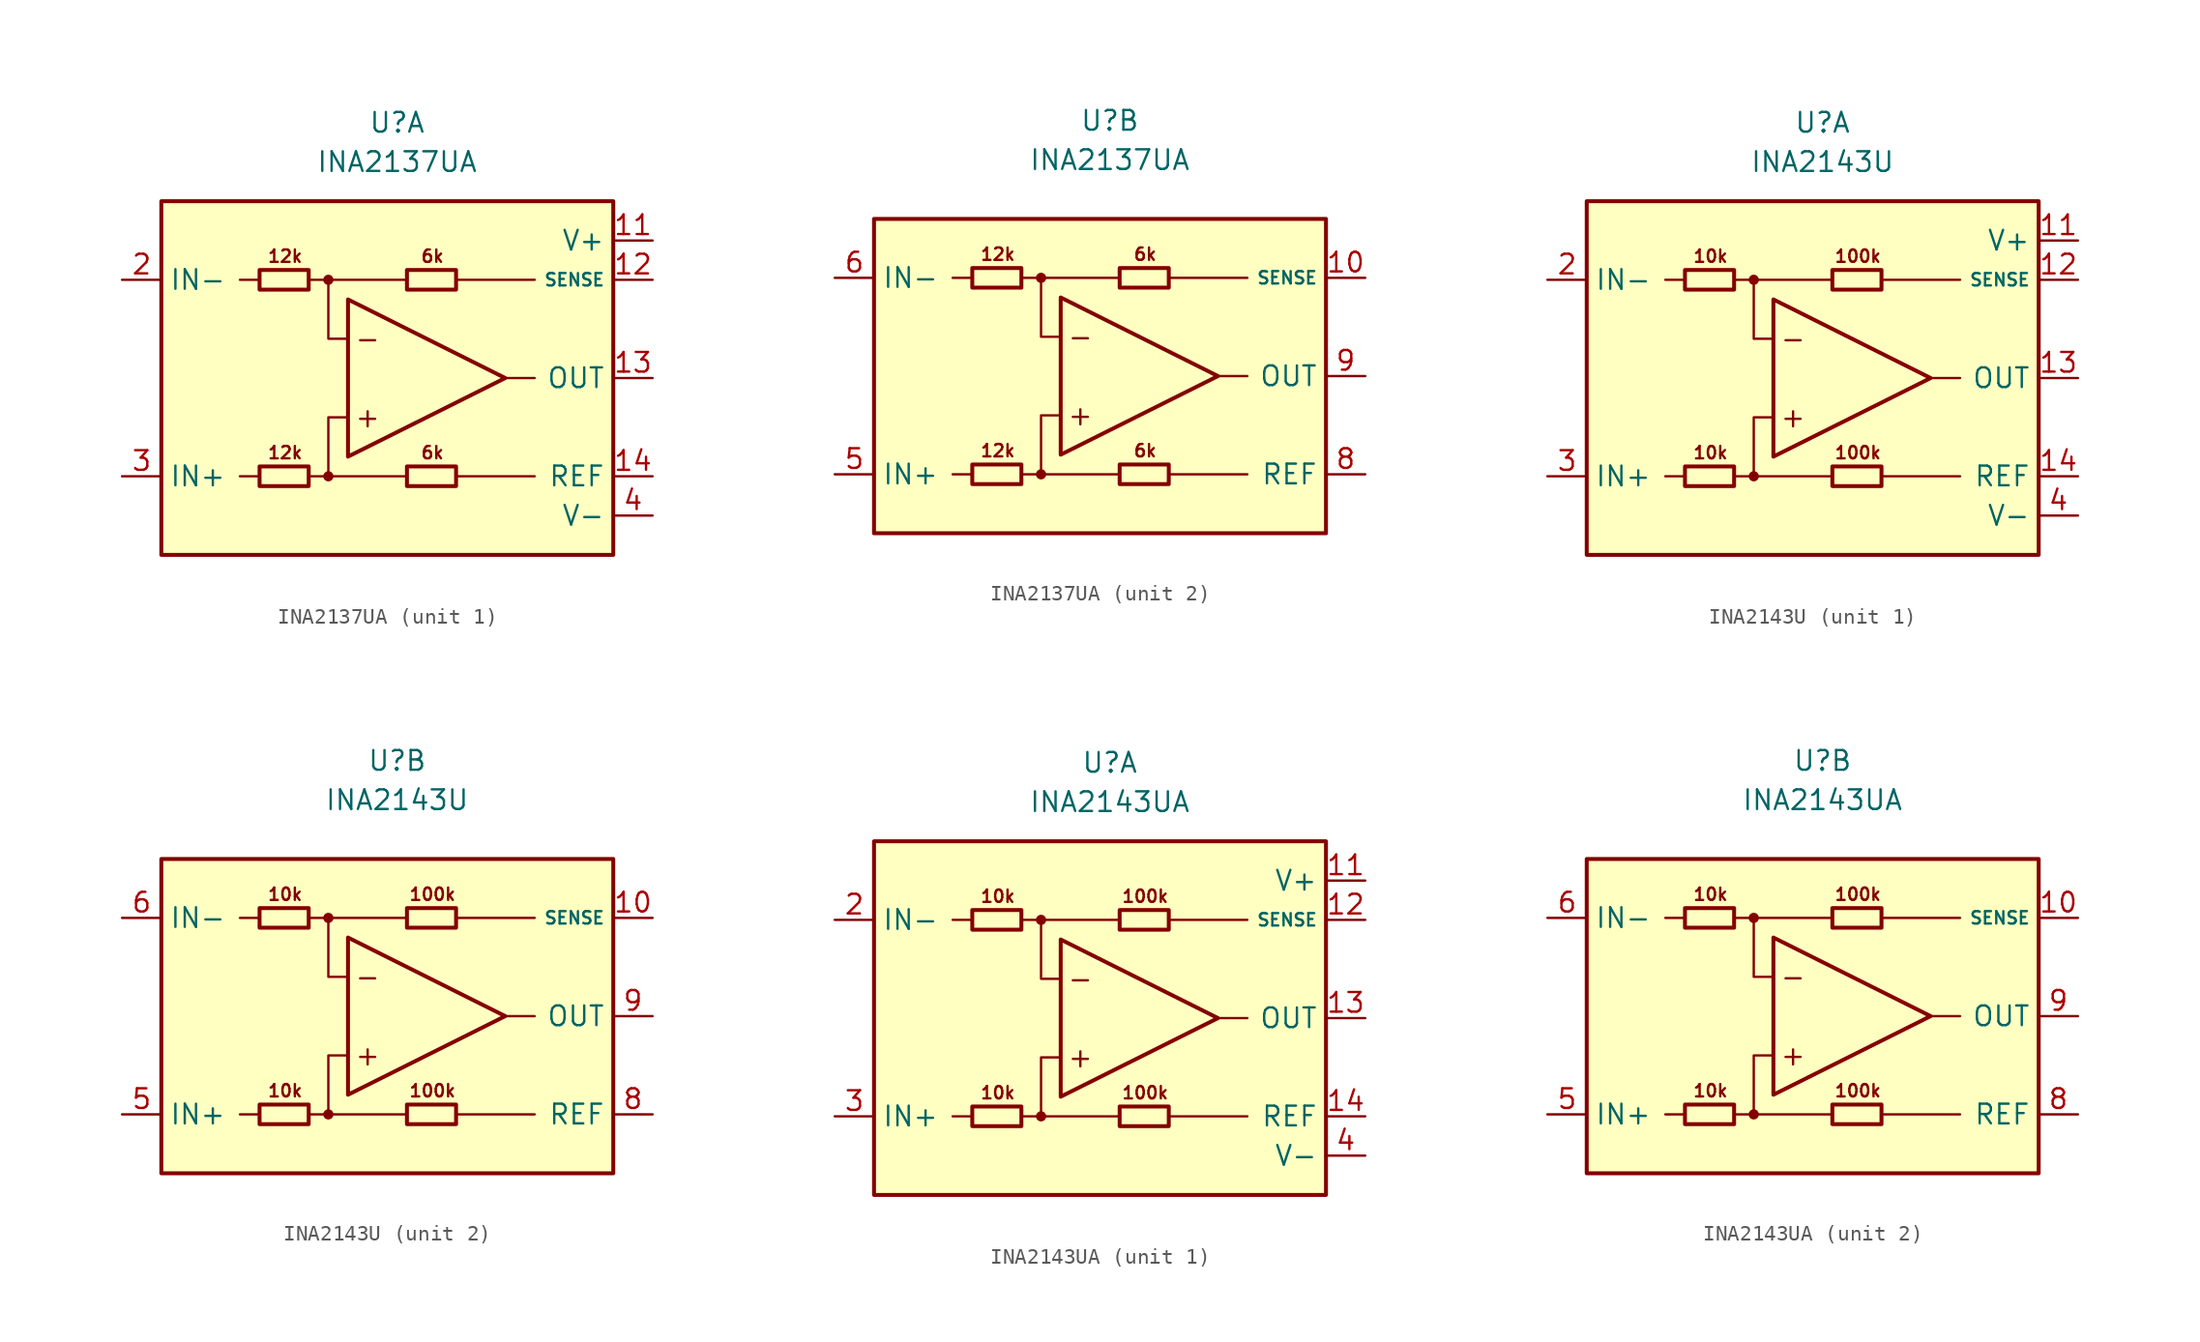
<source format=kicad_sym>
(kicad_symbol_lib
  (version 20211014)
  (generator kicad_symbol_editor)
  (symbol "INA2137UA"
    (property "Reference" "U"
      (at 0 16.51 0)
      (effects (font (size 1.27 1.27))))
    (property "Value" "INA2137UA"
      (at 0 13.97 0)
      (effects (font (size 1.27 1.27))))
    (property "ki_locked" ""
      (at 0 0 0)
      (effects (font (size 1.27 1.27))))
    (symbol "INA2137UA_0_0"
      (circle (center -4.445 -6.35) (radius 0.254) (stroke (width 0.152) (type default) (color 0 0 0 0)) (fill (type outline)))
      (circle (center -4.445 6.35) (radius 0.254) (stroke (width 0.152) (type default) (color 0 0 0 0)) (fill (type outline)))
      (polyline (pts (xy -8.89 -6.35) (xy -10.16 -6.35)) (stroke (width 0.152) (type default) (color 0 0 0 0)) (fill (type none)))
      (polyline (pts (xy -8.89 6.35) (xy -10.16 6.35)) (stroke (width 0.152) (type default) (color 0 0 0 0)) (fill (type none)))
      (polyline (pts (xy -4.445 6.35) (xy 0.635 6.35)) (stroke (width 0.152) (type default) (color 0 0 0 0)) (fill (type none)))
      (polyline (pts (xy 0.635 -6.35) (xy -4.445 -6.35)) (stroke (width 0.152) (type default) (color 0 0 0 0)) (fill (type none)))
      (polyline (pts (xy 3.81 -6.35) (xy 8.89 -6.35)) (stroke (width 0.152) (type default) (color 0 0 0 0)) (fill (type none)))
      (polyline (pts (xy 3.81 6.35) (xy 8.89 6.35)) (stroke (width 0.152) (type default) (color 0 0 0 0)) (fill (type none)))
      (polyline (pts (xy 8.89 0) (xy 6.985 0)) (stroke (width 0.152) (type default) (color 0 0 0 0)) (fill (type none)))
      (polyline (pts (xy -5.715 -6.35) (xy -4.445 -6.35) (xy -4.445 -2.54) (xy -3.175 -2.54)) (stroke (width 0.152) (type default) (color 0 0 0 0)) (fill (type none)))
      (polyline (pts (xy -3.175 2.54) (xy -4.445 2.54) (xy -4.445 6.35) (xy -5.715 6.35)) (stroke (width 0.152) (type default) (color 0 0 0 0)) (fill (type none)))
      (text "+" (at -1.905 -2.54 0) (effects (font (size 1.27 1.27))))
      (text "-" (at -1.905 2.54 0) (effects (font (size 1.27 1.27))))
      (text "12k" (at -7.239 -4.826 0) (effects (font (size 0.8 0.8))))
      (text "12k" (at -7.239 7.874 0) (effects (font (size 0.8 0.8))))
      (text "6k" (at 2.286 -4.826 0) (effects (font (size 0.8 0.8))))
      (text "6k" (at 2.286 7.874 0) (effects (font (size 0.8 0.8)))))
    (symbol "INA2137UA_0_1"
      (rectangle (start -8.89 -5.715) (end -5.715 -6.985) (stroke (width 0.254) (type default) (color 0 0 0 0)) (fill (type none)))
      (rectangle (start -8.89 6.985) (end -5.715 5.715) (stroke (width 0.254) (type default) (color 0 0 0 0)) (fill (type none)))
      (polyline (pts (xy -3.175 5.08) (xy -3.175 -5.08) (xy 6.985 0) (xy -3.175 5.08)) (stroke (width 0.254) (type default) (color 0 0 0 0)) (fill (type none)))
      (rectangle (start 0.635 -5.715) (end 3.81 -6.985) (stroke (width 0.254) (type default) (color 0 0 0 0)) (fill (type none)))
      (rectangle (start 0.635 6.985) (end 3.81 5.715) (stroke (width 0.254) (type default) (color 0 0 0 0)) (fill (type none))))
    (symbol "INA2137UA_1_0"
      (rectangle (start -15.24 11.43) (end 13.97 -11.43) (stroke (width 0.254) (type default) (color 0 0 0 0)) (fill (type background))))
    (symbol "INA2137UA_1_1"
      (pin no_connect line (at -10.16 1.27 0) (length 2.54) hide (name "NC" (effects (font (size 1.27 1.27)))) (number "1" (effects (font (size 1.27 1.27)))))
      (pin power_in line (at 16.51 8.89 180) (length 2.54) (name "V+" (effects (font (size 1.27 1.27)))) (number "11" (effects (font (size 1.27 1.27)))))
      (pin input line (at 16.51 6.35 180) (length 2.54) (name "SENSE" (effects (font (size 0.8 0.8)))) (number "12" (effects (font (size 1.27 1.27)))))
      (pin output line (at 16.51 0 180) (length 2.54) (name "OUT" (effects (font (size 1.27 1.27)))) (number "13" (effects (font (size 1.27 1.27)))))
      (pin input line (at 16.51 -6.35 180) (length 2.54) (name "REF" (effects (font (size 1.27 1.27)))) (number "14" (effects (font (size 1.27 1.27)))))
      (pin input line (at -17.78 6.35 0) (length 2.54) (name "IN-" (effects (font (size 1.27 1.27)))) (number "2" (effects (font (size 1.27 1.27)))))
      (pin input line (at -17.78 -6.35 0) (length 2.54) (name "IN+" (effects (font (size 1.27 1.27)))) (number "3" (effects (font (size 1.27 1.27)))))
      (pin power_in line (at 16.51 -8.89 180) (length 2.54) (name "V-" (effects (font (size 1.27 1.27)))) (number "4" (effects (font (size 1.27 1.27)))))
      (pin no_connect line (at -10.16 -1.27 0) (length 2.54) hide (name "NC" (effects (font (size 1.27 1.27)))) (number "7" (effects (font (size 1.27 1.27))))))
    (symbol "INA2137UA_2_0"
      (rectangle (start -15.24 10.16) (end 13.97 -10.16) (stroke (width 0.254) (type default) (color 0 0 0 0)) (fill (type background))))
    (symbol "INA2137UA_2_1"
      (pin input line (at 16.51 6.35 180) (length 2.54) (name "SENSE" (effects (font (size 0.8 0.8)))) (number "10" (effects (font (size 1.27 1.27)))))
      (pin input line (at -17.78 -6.35 0) (length 2.54) (name "IN+" (effects (font (size 1.27 1.27)))) (number "5" (effects (font (size 1.27 1.27)))))
      (pin input line (at -17.78 6.35 0) (length 2.54) (name "IN-" (effects (font (size 1.27 1.27)))) (number "6" (effects (font (size 1.27 1.27)))))
      (pin input line (at 16.51 -6.35 180) (length 2.54) (name "REF" (effects (font (size 1.27 1.27)))) (number "8" (effects (font (size 1.27 1.27)))))
      (pin output line (at 16.51 0 180) (length 2.54) (name "OUT" (effects (font (size 1.27 1.27)))) (number "9" (effects (font (size 1.27 1.27)))))))
  (symbol "INA2143U"
    (property "Reference" "U"
      (at 0 16.51 0)
      (effects (font (size 1.27 1.27))))
    (property "Value" "INA2143U"
      (at 0 13.97 0)
      (effects (font (size 1.27 1.27))))
    (property "ki_locked" ""
      (at 0 0 0)
      (effects (font (size 1.27 1.27))))
    (symbol "INA2143U_0_0"
      (circle (center -4.445 -6.35) (radius 0.254) (stroke (width 0.152) (type default) (color 0 0 0 0)) (fill (type outline)))
      (circle (center -4.445 6.35) (radius 0.254) (stroke (width 0.152) (type default) (color 0 0 0 0)) (fill (type outline)))
      (polyline (pts (xy -8.89 -6.35) (xy -10.16 -6.35)) (stroke (width 0.152) (type default) (color 0 0 0 0)) (fill (type none)))
      (polyline (pts (xy -8.89 6.35) (xy -10.16 6.35)) (stroke (width 0.152) (type default) (color 0 0 0 0)) (fill (type none)))
      (polyline (pts (xy -4.445 6.35) (xy 0.635 6.35)) (stroke (width 0.152) (type default) (color 0 0 0 0)) (fill (type none)))
      (polyline (pts (xy 0.635 -6.35) (xy -4.445 -6.35)) (stroke (width 0.152) (type default) (color 0 0 0 0)) (fill (type none)))
      (polyline (pts (xy 3.81 -6.35) (xy 8.89 -6.35)) (stroke (width 0.152) (type default) (color 0 0 0 0)) (fill (type none)))
      (polyline (pts (xy 3.81 6.35) (xy 8.89 6.35)) (stroke (width 0.152) (type default) (color 0 0 0 0)) (fill (type none)))
      (polyline (pts (xy 8.89 0) (xy 6.985 0)) (stroke (width 0.152) (type default) (color 0 0 0 0)) (fill (type none)))
      (polyline (pts (xy -5.715 -6.35) (xy -4.445 -6.35) (xy -4.445 -2.54) (xy -3.175 -2.54)) (stroke (width 0.152) (type default) (color 0 0 0 0)) (fill (type none)))
      (polyline (pts (xy -3.175 2.54) (xy -4.445 2.54) (xy -4.445 6.35) (xy -5.715 6.35)) (stroke (width 0.152) (type default) (color 0 0 0 0)) (fill (type none)))
      (text "+" (at -1.905 -2.54 0) (effects (font (size 1.27 1.27))))
      (text "-" (at -1.905 2.54 0) (effects (font (size 1.27 1.27))))
      (text "100k" (at 2.286 -4.826 0) (effects (font (size 0.8 0.8))))
      (text "100k" (at 2.286 7.874 0) (effects (font (size 0.8 0.8))))
      (text "10k" (at -7.239 -4.826 0) (effects (font (size 0.8 0.8))))
      (text "10k" (at -7.239 7.874 0) (effects (font (size 0.8 0.8)))))
    (symbol "INA2143U_0_1"
      (rectangle (start -8.89 -5.715) (end -5.715 -6.985) (stroke (width 0.254) (type default) (color 0 0 0 0)) (fill (type none)))
      (rectangle (start -8.89 6.985) (end -5.715 5.715) (stroke (width 0.254) (type default) (color 0 0 0 0)) (fill (type none)))
      (polyline (pts (xy -3.175 5.08) (xy -3.175 -5.08) (xy 6.985 0) (xy -3.175 5.08)) (stroke (width 0.254) (type default) (color 0 0 0 0)) (fill (type none)))
      (rectangle (start 0.635 -5.715) (end 3.81 -6.985) (stroke (width 0.254) (type default) (color 0 0 0 0)) (fill (type none)))
      (rectangle (start 0.635 6.985) (end 3.81 5.715) (stroke (width 0.254) (type default) (color 0 0 0 0)) (fill (type none))))
    (symbol "INA2143U_1_0"
      (rectangle (start -15.24 11.43) (end 13.97 -11.43) (stroke (width 0.254) (type default) (color 0 0 0 0)) (fill (type background))))
    (symbol "INA2143U_1_1"
      (pin no_connect line (at -10.16 1.27 0) (length 2.54) hide (name "NC" (effects (font (size 1.27 1.27)))) (number "1" (effects (font (size 1.27 1.27)))))
      (pin power_in line (at 16.51 8.89 180) (length 2.54) (name "V+" (effects (font (size 1.27 1.27)))) (number "11" (effects (font (size 1.27 1.27)))))
      (pin input line (at 16.51 6.35 180) (length 2.54) (name "SENSE" (effects (font (size 0.8 0.8)))) (number "12" (effects (font (size 1.27 1.27)))))
      (pin output line (at 16.51 0 180) (length 2.54) (name "OUT" (effects (font (size 1.27 1.27)))) (number "13" (effects (font (size 1.27 1.27)))))
      (pin input line (at 16.51 -6.35 180) (length 2.54) (name "REF" (effects (font (size 1.27 1.27)))) (number "14" (effects (font (size 1.27 1.27)))))
      (pin input line (at -17.78 6.35 0) (length 2.54) (name "IN-" (effects (font (size 1.27 1.27)))) (number "2" (effects (font (size 1.27 1.27)))))
      (pin input line (at -17.78 -6.35 0) (length 2.54) (name "IN+" (effects (font (size 1.27 1.27)))) (number "3" (effects (font (size 1.27 1.27)))))
      (pin power_in line (at 16.51 -8.89 180) (length 2.54) (name "V-" (effects (font (size 1.27 1.27)))) (number "4" (effects (font (size 1.27 1.27)))))
      (pin no_connect line (at -10.16 -1.27 0) (length 2.54) hide (name "NC" (effects (font (size 1.27 1.27)))) (number "7" (effects (font (size 1.27 1.27))))))
    (symbol "INA2143U_2_0"
      (rectangle (start -15.24 10.16) (end 13.97 -10.16) (stroke (width 0.254) (type default) (color 0 0 0 0)) (fill (type background))))
    (symbol "INA2143U_2_1"
      (pin input line (at 16.51 6.35 180) (length 2.54) (name "SENSE" (effects (font (size 0.8 0.8)))) (number "10" (effects (font (size 1.27 1.27)))))
      (pin input line (at -17.78 -6.35 0) (length 2.54) (name "IN+" (effects (font (size 1.27 1.27)))) (number "5" (effects (font (size 1.27 1.27)))))
      (pin input line (at -17.78 6.35 0) (length 2.54) (name "IN-" (effects (font (size 1.27 1.27)))) (number "6" (effects (font (size 1.27 1.27)))))
      (pin input line (at 16.51 -6.35 180) (length 2.54) (name "REF" (effects (font (size 1.27 1.27)))) (number "8" (effects (font (size 1.27 1.27)))))
      (pin output line (at 16.51 0 180) (length 2.54) (name "OUT" (effects (font (size 1.27 1.27)))) (number "9" (effects (font (size 1.27 1.27)))))))
  (symbol "INA2143UA"
    (property "Reference" "U"
      (at 0 16.51 0)
      (effects (font (size 1.27 1.27))))
    (property "Value" "INA2143UA"
      (at 0 13.97 0)
      (effects (font (size 1.27 1.27))))
    (property "ki_locked" ""
      (at 0 0 0)
      (effects (font (size 1.27 1.27))))
    (symbol "INA2143UA_0_0"
      (circle (center -4.445 -6.35) (radius 0.254) (stroke (width 0.152) (type default) (color 0 0 0 0)) (fill (type outline)))
      (circle (center -4.445 6.35) (radius 0.254) (stroke (width 0.152) (type default) (color 0 0 0 0)) (fill (type outline)))
      (polyline (pts (xy -8.89 -6.35) (xy -10.16 -6.35)) (stroke (width 0.152) (type default) (color 0 0 0 0)) (fill (type none)))
      (polyline (pts (xy -8.89 6.35) (xy -10.16 6.35)) (stroke (width 0.152) (type default) (color 0 0 0 0)) (fill (type none)))
      (polyline (pts (xy -4.445 6.35) (xy 0.635 6.35)) (stroke (width 0.152) (type default) (color 0 0 0 0)) (fill (type none)))
      (polyline (pts (xy 0.635 -6.35) (xy -4.445 -6.35)) (stroke (width 0.152) (type default) (color 0 0 0 0)) (fill (type none)))
      (polyline (pts (xy 3.81 -6.35) (xy 8.89 -6.35)) (stroke (width 0.152) (type default) (color 0 0 0 0)) (fill (type none)))
      (polyline (pts (xy 3.81 6.35) (xy 8.89 6.35)) (stroke (width 0.152) (type default) (color 0 0 0 0)) (fill (type none)))
      (polyline (pts (xy 8.89 0) (xy 6.985 0)) (stroke (width 0.152) (type default) (color 0 0 0 0)) (fill (type none)))
      (polyline (pts (xy -5.715 -6.35) (xy -4.445 -6.35) (xy -4.445 -2.54) (xy -3.175 -2.54)) (stroke (width 0.152) (type default) (color 0 0 0 0)) (fill (type none)))
      (polyline (pts (xy -3.175 2.54) (xy -4.445 2.54) (xy -4.445 6.35) (xy -5.715 6.35)) (stroke (width 0.152) (type default) (color 0 0 0 0)) (fill (type none)))
      (text "+" (at -1.905 -2.54 0) (effects (font (size 1.27 1.27))))
      (text "-" (at -1.905 2.54 0) (effects (font (size 1.27 1.27))))
      (text "100k" (at 2.286 -4.826 0) (effects (font (size 0.8 0.8))))
      (text "100k" (at 2.286 7.874 0) (effects (font (size 0.8 0.8))))
      (text "10k" (at -7.239 -4.826 0) (effects (font (size 0.8 0.8))))
      (text "10k" (at -7.239 7.874 0) (effects (font (size 0.8 0.8)))))
    (symbol "INA2143UA_0_1"
      (rectangle (start -8.89 -5.715) (end -5.715 -6.985) (stroke (width 0.254) (type default) (color 0 0 0 0)) (fill (type none)))
      (rectangle (start -8.89 6.985) (end -5.715 5.715) (stroke (width 0.254) (type default) (color 0 0 0 0)) (fill (type none)))
      (polyline (pts (xy -3.175 5.08) (xy -3.175 -5.08) (xy 6.985 0) (xy -3.175 5.08)) (stroke (width 0.254) (type default) (color 0 0 0 0)) (fill (type none)))
      (rectangle (start 0.635 -5.715) (end 3.81 -6.985) (stroke (width 0.254) (type default) (color 0 0 0 0)) (fill (type none)))
      (rectangle (start 0.635 6.985) (end 3.81 5.715) (stroke (width 0.254) (type default) (color 0 0 0 0)) (fill (type none))))
    (symbol "INA2143UA_1_0"
      (rectangle (start -15.24 11.43) (end 13.97 -11.43) (stroke (width 0.254) (type default) (color 0 0 0 0)) (fill (type background))))
    (symbol "INA2143UA_1_1"
      (pin no_connect line (at -10.16 1.27 0) (length 2.54) hide (name "NC" (effects (font (size 1.27 1.27)))) (number "1" (effects (font (size 1.27 1.27)))))
      (pin power_in line (at 16.51 8.89 180) (length 2.54) (name "V+" (effects (font (size 1.27 1.27)))) (number "11" (effects (font (size 1.27 1.27)))))
      (pin input line (at 16.51 6.35 180) (length 2.54) (name "SENSE" (effects (font (size 0.8 0.8)))) (number "12" (effects (font (size 1.27 1.27)))))
      (pin output line (at 16.51 0 180) (length 2.54) (name "OUT" (effects (font (size 1.27 1.27)))) (number "13" (effects (font (size 1.27 1.27)))))
      (pin input line (at 16.51 -6.35 180) (length 2.54) (name "REF" (effects (font (size 1.27 1.27)))) (number "14" (effects (font (size 1.27 1.27)))))
      (pin input line (at -17.78 6.35 0) (length 2.54) (name "IN-" (effects (font (size 1.27 1.27)))) (number "2" (effects (font (size 1.27 1.27)))))
      (pin input line (at -17.78 -6.35 0) (length 2.54) (name "IN+" (effects (font (size 1.27 1.27)))) (number "3" (effects (font (size 1.27 1.27)))))
      (pin power_in line (at 16.51 -8.89 180) (length 2.54) (name "V-" (effects (font (size 1.27 1.27)))) (number "4" (effects (font (size 1.27 1.27)))))
      (pin no_connect line (at -10.16 -1.27 0) (length 2.54) hide (name "NC" (effects (font (size 1.27 1.27)))) (number "7" (effects (font (size 1.27 1.27))))))
    (symbol "INA2143UA_2_0"
      (rectangle (start -15.24 10.16) (end 13.97 -10.16) (stroke (width 0.254) (type default) (color 0 0 0 0)) (fill (type background))))
    (symbol "INA2143UA_2_1"
      (pin input line (at 16.51 6.35 180) (length 2.54) (name "SENSE" (effects (font (size 0.8 0.8)))) (number "10" (effects (font (size 1.27 1.27)))))
      (pin input line (at -17.78 -6.35 0) (length 2.54) (name "IN+" (effects (font (size 1.27 1.27)))) (number "5" (effects (font (size 1.27 1.27)))))
      (pin input line (at -17.78 6.35 0) (length 2.54) (name "IN-" (effects (font (size 1.27 1.27)))) (number "6" (effects (font (size 1.27 1.27)))))
      (pin input line (at 16.51 -6.35 180) (length 2.54) (name "REF" (effects (font (size 1.27 1.27)))) (number "8" (effects (font (size 1.27 1.27)))))
      (pin output line (at 16.51 0 180) (length 2.54) (name "OUT" (effects (font (size 1.27 1.27)))) (number "9" (effects (font (size 1.27 1.27))))))))
</source>
